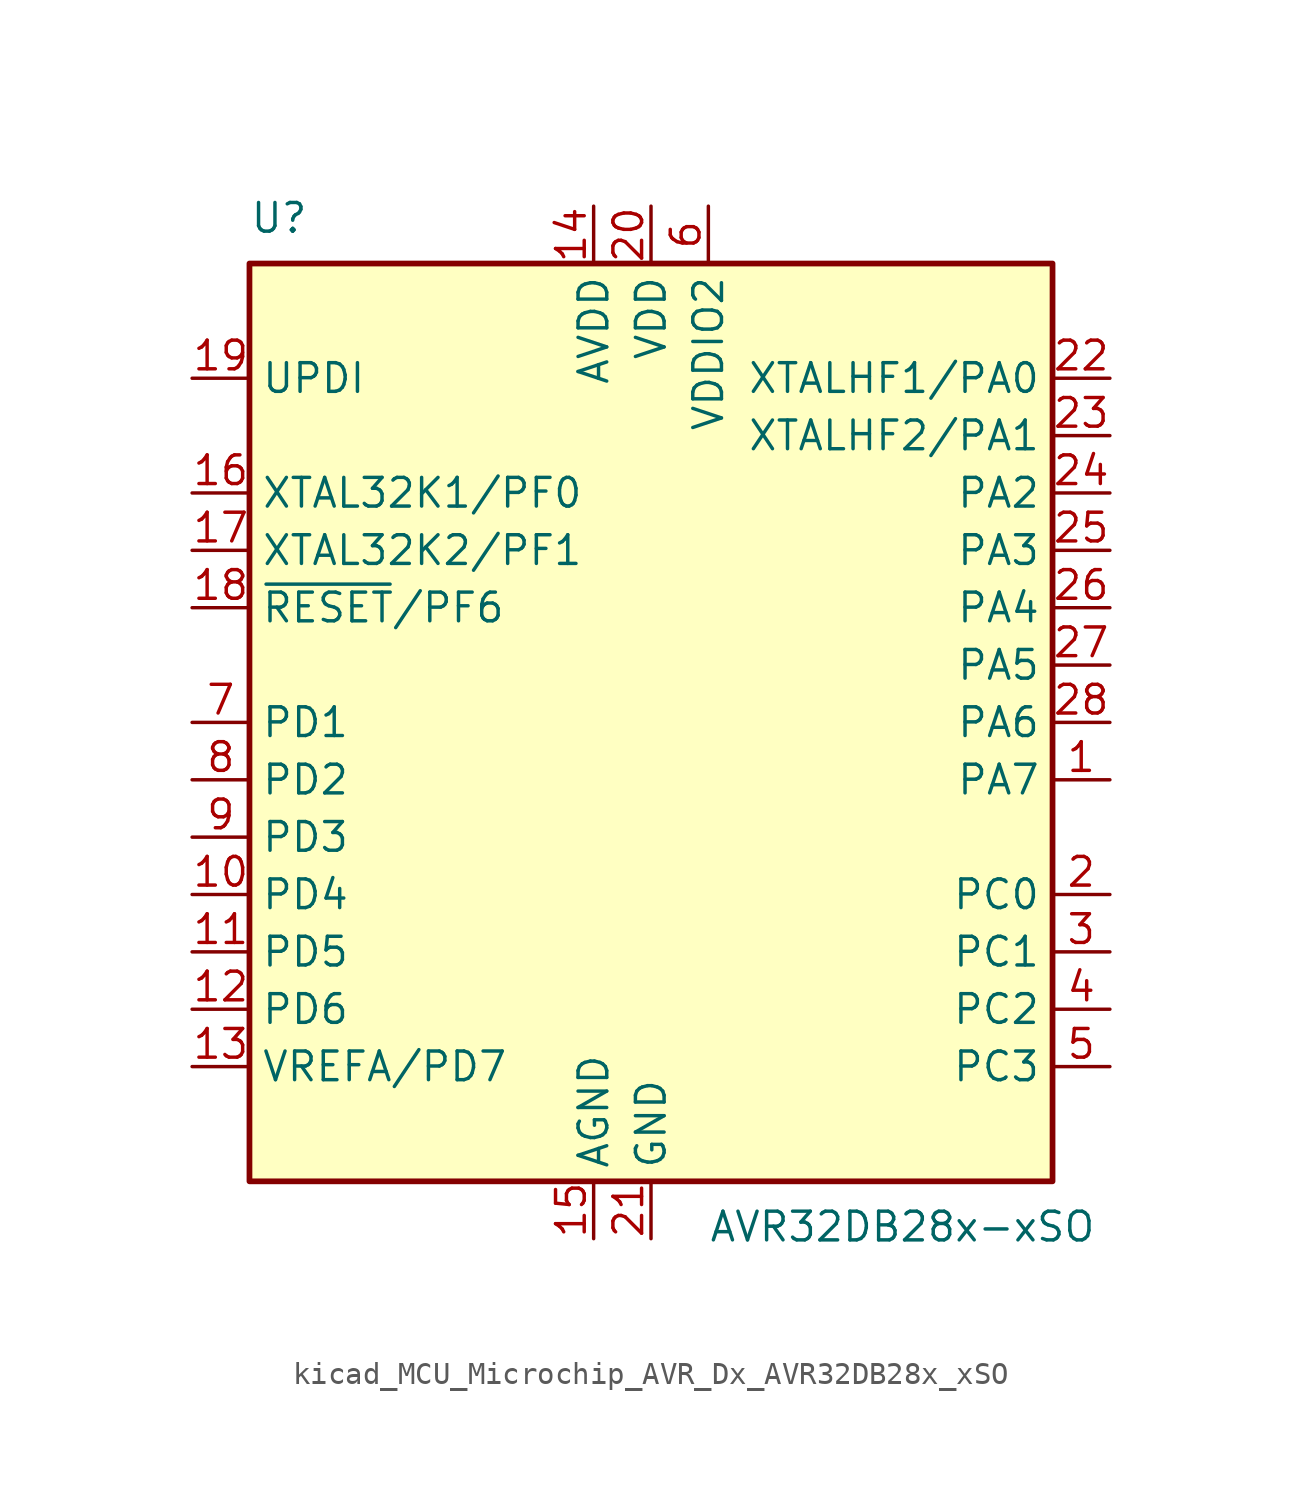
<source format=kicad_sym>
(kicad_symbol_lib
  (version 20220914)
  (generator kicad_symbol_editor)
  (symbol "kicad_MCU_Microchip_AVR_Dx_AVR32DB28x_xSO"
    (property "Reference" "U"
      (at -17.78 21.59 0)
      (effects (font (size 1.27 1.27)) (justify left bottom)))
    (property "Value" "AVR32DB28x-xSO"
      (at 2.54 -21.59 0)
      (effects (font (size 1.27 1.27)) (justify left top)))
    (symbol "kicad_MCU_Microchip_AVR_Dx_AVR32DB28x_xSO_0_1"
      (rectangle (start -17.78 20.32) (end 17.78 -20.32) (stroke (width 0.254) (type default)) (fill (type background))))
    (symbol "kicad_MCU_Microchip_AVR_Dx_AVR32DB28x_xSO_1_1"
      (pin bidirectional line (at 20.32 -2.54 180) (length 2.54) (name "PA7" (effects (font (size 1.27 1.27)))) (number "1" (effects (font (size 1.27 1.27)))))
      (pin bidirectional line (at -20.32 -7.62 0) (length 2.54) (name "PD4" (effects (font (size 1.27 1.27)))) (number "10" (effects (font (size 1.27 1.27)))))
      (pin bidirectional line (at -20.32 -10.16 0) (length 2.54) (name "PD5" (effects (font (size 1.27 1.27)))) (number "11" (effects (font (size 1.27 1.27)))))
      (pin bidirectional line (at -20.32 -12.7 0) (length 2.54) (name "PD6" (effects (font (size 1.27 1.27)))) (number "12" (effects (font (size 1.27 1.27)))))
      (pin bidirectional line (at -20.32 -15.24 0) (length 2.54) (name "VREFA/PD7" (effects (font (size 1.27 1.27)))) (number "13" (effects (font (size 1.27 1.27)))))
      (pin power_in line (at -2.54 22.86 270) (length 2.54) (name "AVDD" (effects (font (size 1.27 1.27)))) (number "14" (effects (font (size 1.27 1.27)))))
      (pin power_in line (at -2.54 -22.86 90) (length 2.54) (name "AGND" (effects (font (size 1.27 1.27)))) (number "15" (effects (font (size 1.27 1.27)))))
      (pin bidirectional line (at -20.32 10.16 0) (length 2.54) (name "XTAL32K1/PF0" (effects (font (size 1.27 1.27)))) (number "16" (effects (font (size 1.27 1.27)))))
      (pin bidirectional line (at -20.32 7.62 0) (length 2.54) (name "XTAL32K2/PF1" (effects (font (size 1.27 1.27)))) (number "17" (effects (font (size 1.27 1.27)))))
      (pin bidirectional line (at -20.32 5.08 0) (length 2.54) (name "~{RESET}/PF6" (effects (font (size 1.27 1.27)))) (number "18" (effects (font (size 1.27 1.27)))))
      (pin input line (at -20.32 15.24 0) (length 2.54) (name "UPDI" (effects (font (size 1.27 1.27)))) (number "19" (effects (font (size 1.27 1.27)))))
      (pin bidirectional line (at 20.32 -7.62 180) (length 2.54) (name "PC0" (effects (font (size 1.27 1.27)))) (number "2" (effects (font (size 1.27 1.27)))))
      (pin power_in line (at 0 22.86 270) (length 2.54) (name "VDD" (effects (font (size 1.27 1.27)))) (number "20" (effects (font (size 1.27 1.27)))))
      (pin power_in line (at 0 -22.86 90) (length 2.54) (name "GND" (effects (font (size 1.27 1.27)))) (number "21" (effects (font (size 1.27 1.27)))))
      (pin bidirectional line (at 20.32 15.24 180) (length 2.54) (name "XTALHF1/PA0" (effects (font (size 1.27 1.27)))) (number "22" (effects (font (size 1.27 1.27)))))
      (pin bidirectional line (at 20.32 12.7 180) (length 2.54) (name "XTALHF2/PA1" (effects (font (size 1.27 1.27)))) (number "23" (effects (font (size 1.27 1.27)))))
      (pin bidirectional line (at 20.32 10.16 180) (length 2.54) (name "PA2" (effects (font (size 1.27 1.27)))) (number "24" (effects (font (size 1.27 1.27)))))
      (pin bidirectional line (at 20.32 7.62 180) (length 2.54) (name "PA3" (effects (font (size 1.27 1.27)))) (number "25" (effects (font (size 1.27 1.27)))))
      (pin bidirectional line (at 20.32 5.08 180) (length 2.54) (name "PA4" (effects (font (size 1.27 1.27)))) (number "26" (effects (font (size 1.27 1.27)))))
      (pin bidirectional line (at 20.32 2.54 180) (length 2.54) (name "PA5" (effects (font (size 1.27 1.27)))) (number "27" (effects (font (size 1.27 1.27)))))
      (pin bidirectional line (at 20.32 0 180) (length 2.54) (name "PA6" (effects (font (size 1.27 1.27)))) (number "28" (effects (font (size 1.27 1.27)))))
      (pin bidirectional line (at 20.32 -10.16 180) (length 2.54) (name "PC1" (effects (font (size 1.27 1.27)))) (number "3" (effects (font (size 1.27 1.27)))))
      (pin bidirectional line (at 20.32 -12.7 180) (length 2.54) (name "PC2" (effects (font (size 1.27 1.27)))) (number "4" (effects (font (size 1.27 1.27)))))
      (pin bidirectional line (at 20.32 -15.24 180) (length 2.54) (name "PC3" (effects (font (size 1.27 1.27)))) (number "5" (effects (font (size 1.27 1.27)))))
      (pin power_in line (at 2.54 22.86 270) (length 2.54) (name "VDDIO2" (effects (font (size 1.27 1.27)))) (number "6" (effects (font (size 1.27 1.27)))))
      (pin bidirectional line (at -20.32 0 0) (length 2.54) (name "PD1" (effects (font (size 1.27 1.27)))) (number "7" (effects (font (size 1.27 1.27)))))
      (pin bidirectional line (at -20.32 -2.54 0) (length 2.54) (name "PD2" (effects (font (size 1.27 1.27)))) (number "8" (effects (font (size 1.27 1.27)))))
      (pin bidirectional line (at -20.32 -5.08 0) (length 2.54) (name "PD3" (effects (font (size 1.27 1.27)))) (number "9" (effects (font (size 1.27 1.27))))))))
</source>
